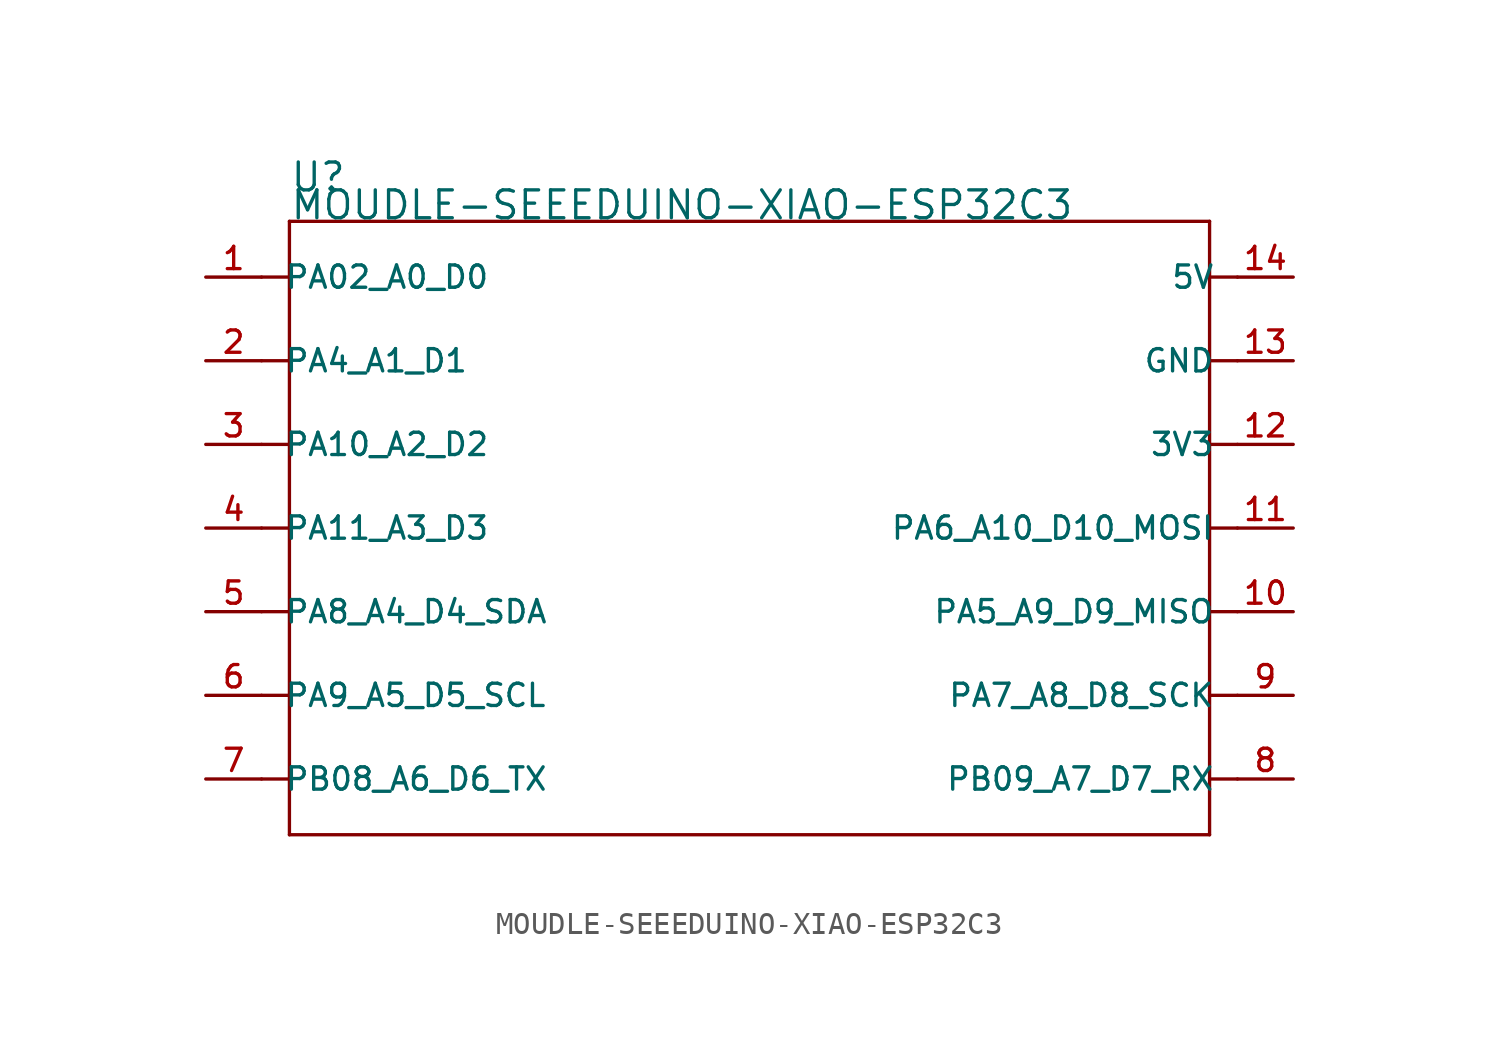
<source format=kicad_sym>
(kicad_symbol_lib
  (version 20211014)
  (generator kicad_symbol_editor)
  (symbol "MOUDLE-SEEEDUINO-XIAO-ESP32C3"
    (pin_names
      (offset 1.016))
    (property "Reference" "U"
      (at -21.59 15.24 0)
      (effects (font (size 1.27 1.27)) (justify left bottom)))
    (property "Value" "MOUDLE-SEEEDUINO-XIAO-ESP32C3"
      (at -21.59 13.97 0)
      (effects (font (size 1.27 1.27)) (justify left bottom)))
    (symbol "MOUDLE-SEEEDUINO-XIAO-ESP32C3_0_0"
      (polyline (pts (xy -21.59 -13.97) (xy -21.59 0)) (stroke (width 0.152) (type default) (color 0 0 0 0)) (fill (type none)))
      (polyline (pts (xy -21.59 -11.43) (xy -22.86 -11.43)) (stroke (width 0.152) (type default) (color 0 0 0 0)) (fill (type none)))
      (polyline (pts (xy -21.59 -7.62) (xy -22.86 -7.62)) (stroke (width 0.152) (type default) (color 0 0 0 0)) (fill (type none)))
      (polyline (pts (xy -21.59 -3.81) (xy -22.86 -3.81)) (stroke (width 0.152) (type default) (color 0 0 0 0)) (fill (type none)))
      (polyline (pts (xy -21.59 0) (xy -22.86 0)) (stroke (width 0.152) (type default) (color 0 0 0 0)) (fill (type none)))
      (polyline (pts (xy -21.59 0) (xy -21.59 3.81)) (stroke (width 0.152) (type default) (color 0 0 0 0)) (fill (type none)))
      (polyline (pts (xy -21.59 3.81) (xy -22.86 3.81)) (stroke (width 0.152) (type default) (color 0 0 0 0)) (fill (type none)))
      (polyline (pts (xy -21.59 3.81) (xy -21.59 7.62)) (stroke (width 0.152) (type default) (color 0 0 0 0)) (fill (type none)))
      (polyline (pts (xy -21.59 7.62) (xy -22.86 7.62)) (stroke (width 0.152) (type default) (color 0 0 0 0)) (fill (type none)))
      (polyline (pts (xy -21.59 7.62) (xy -21.59 11.43)) (stroke (width 0.152) (type default) (color 0 0 0 0)) (fill (type none)))
      (polyline (pts (xy -21.59 11.43) (xy -22.86 11.43)) (stroke (width 0.152) (type default) (color 0 0 0 0)) (fill (type none)))
      (polyline (pts (xy -21.59 11.43) (xy -21.59 13.97)) (stroke (width 0.152) (type default) (color 0 0 0 0)) (fill (type none)))
      (polyline (pts (xy -21.59 13.97) (xy 20.32 13.97)) (stroke (width 0.152) (type default) (color 0 0 0 0)) (fill (type none)))
      (polyline (pts (xy 20.32 -13.97) (xy -21.59 -13.97)) (stroke (width 0.152) (type default) (color 0 0 0 0)) (fill (type none)))
      (polyline (pts (xy 20.32 3.81) (xy 20.32 -13.97)) (stroke (width 0.152) (type default) (color 0 0 0 0)) (fill (type none)))
      (polyline (pts (xy 20.32 7.62) (xy 20.32 3.81)) (stroke (width 0.152) (type default) (color 0 0 0 0)) (fill (type none)))
      (polyline (pts (xy 20.32 11.43) (xy 20.32 7.62)) (stroke (width 0.152) (type default) (color 0 0 0 0)) (fill (type none)))
      (polyline (pts (xy 20.32 13.97) (xy 20.32 11.43)) (stroke (width 0.152) (type default) (color 0 0 0 0)) (fill (type none)))
      (polyline (pts (xy 21.59 -11.43) (xy 20.32 -11.43)) (stroke (width 0.152) (type default) (color 0 0 0 0)) (fill (type none)))
      (polyline (pts (xy 21.59 -7.62) (xy 20.32 -7.62)) (stroke (width 0.152) (type default) (color 0 0 0 0)) (fill (type none)))
      (polyline (pts (xy 21.59 -3.81) (xy 20.32 -3.81)) (stroke (width 0.152) (type default) (color 0 0 0 0)) (fill (type none)))
      (polyline (pts (xy 21.59 0) (xy 20.32 0)) (stroke (width 0.152) (type default) (color 0 0 0 0)) (fill (type none)))
      (polyline (pts (xy 21.59 3.81) (xy 20.32 3.81)) (stroke (width 0.152) (type default) (color 0 0 0 0)) (fill (type none)))
      (polyline (pts (xy 21.59 7.62) (xy 20.32 7.62)) (stroke (width 0.152) (type default) (color 0 0 0 0)) (fill (type none)))
      (polyline (pts (xy 21.59 11.43) (xy 20.32 11.43)) (stroke (width 0.152) (type default) (color 0 0 0 0)) (fill (type none)))
      (pin bidirectional line (at -25.4 11.43 0) (length 2.54) (name "PA02_A0_D0" (effects (font (size 1.016 1.016)))) (number "1" (effects (font (size 1.016 1.016)))))
      (pin bidirectional line (at 24.13 -3.81 180) (length 2.54) (name "PA5_A9_D9_MISO" (effects (font (size 1.016 1.016)))) (number "10" (effects (font (size 1.016 1.016)))))
      (pin bidirectional line (at 24.13 0 180) (length 2.54) (name "PA6_A10_D10_MOSI" (effects (font (size 1.016 1.016)))) (number "11" (effects (font (size 1.016 1.016)))))
      (pin bidirectional line (at 24.13 3.81 180) (length 2.54) (name "3V3" (effects (font (size 1.016 1.016)))) (number "12" (effects (font (size 1.016 1.016)))))
      (pin bidirectional line (at 24.13 7.62 180) (length 2.54) (name "GND" (effects (font (size 1.016 1.016)))) (number "13" (effects (font (size 1.016 1.016)))))
      (pin bidirectional line (at 24.13 11.43 180) (length 2.54) (name "5V" (effects (font (size 1.016 1.016)))) (number "14" (effects (font (size 1.016 1.016)))))
      (pin bidirectional line (at -25.4 7.62 0) (length 2.54) (name "PA4_A1_D1" (effects (font (size 1.016 1.016)))) (number "2" (effects (font (size 1.016 1.016)))))
      (pin bidirectional line (at -25.4 3.81 0) (length 2.54) (name "PA10_A2_D2" (effects (font (size 1.016 1.016)))) (number "3" (effects (font (size 1.016 1.016)))))
      (pin bidirectional line (at -25.4 0 0) (length 2.54) (name "PA11_A3_D3" (effects (font (size 1.016 1.016)))) (number "4" (effects (font (size 1.016 1.016)))))
      (pin bidirectional line (at -25.4 -3.81 0) (length 2.54) (name "PA8_A4_D4_SDA" (effects (font (size 1.016 1.016)))) (number "5" (effects (font (size 1.016 1.016)))))
      (pin bidirectional line (at -25.4 -7.62 0) (length 2.54) (name "PA9_A5_D5_SCL" (effects (font (size 1.016 1.016)))) (number "6" (effects (font (size 1.016 1.016)))))
      (pin bidirectional line (at -25.4 -11.43 0) (length 2.54) (name "PB08_A6_D6_TX" (effects (font (size 1.016 1.016)))) (number "7" (effects (font (size 1.016 1.016)))))
      (pin bidirectional line (at 24.13 -11.43 180) (length 2.54) (name "PB09_A7_D7_RX" (effects (font (size 1.016 1.016)))) (number "8" (effects (font (size 1.016 1.016)))))
      (pin bidirectional line (at 24.13 -7.62 180) (length 2.54) (name "PA7_A8_D8_SCK" (effects (font (size 1.016 1.016)))) (number "9" (effects (font (size 1.016 1.016))))))))
</source>
